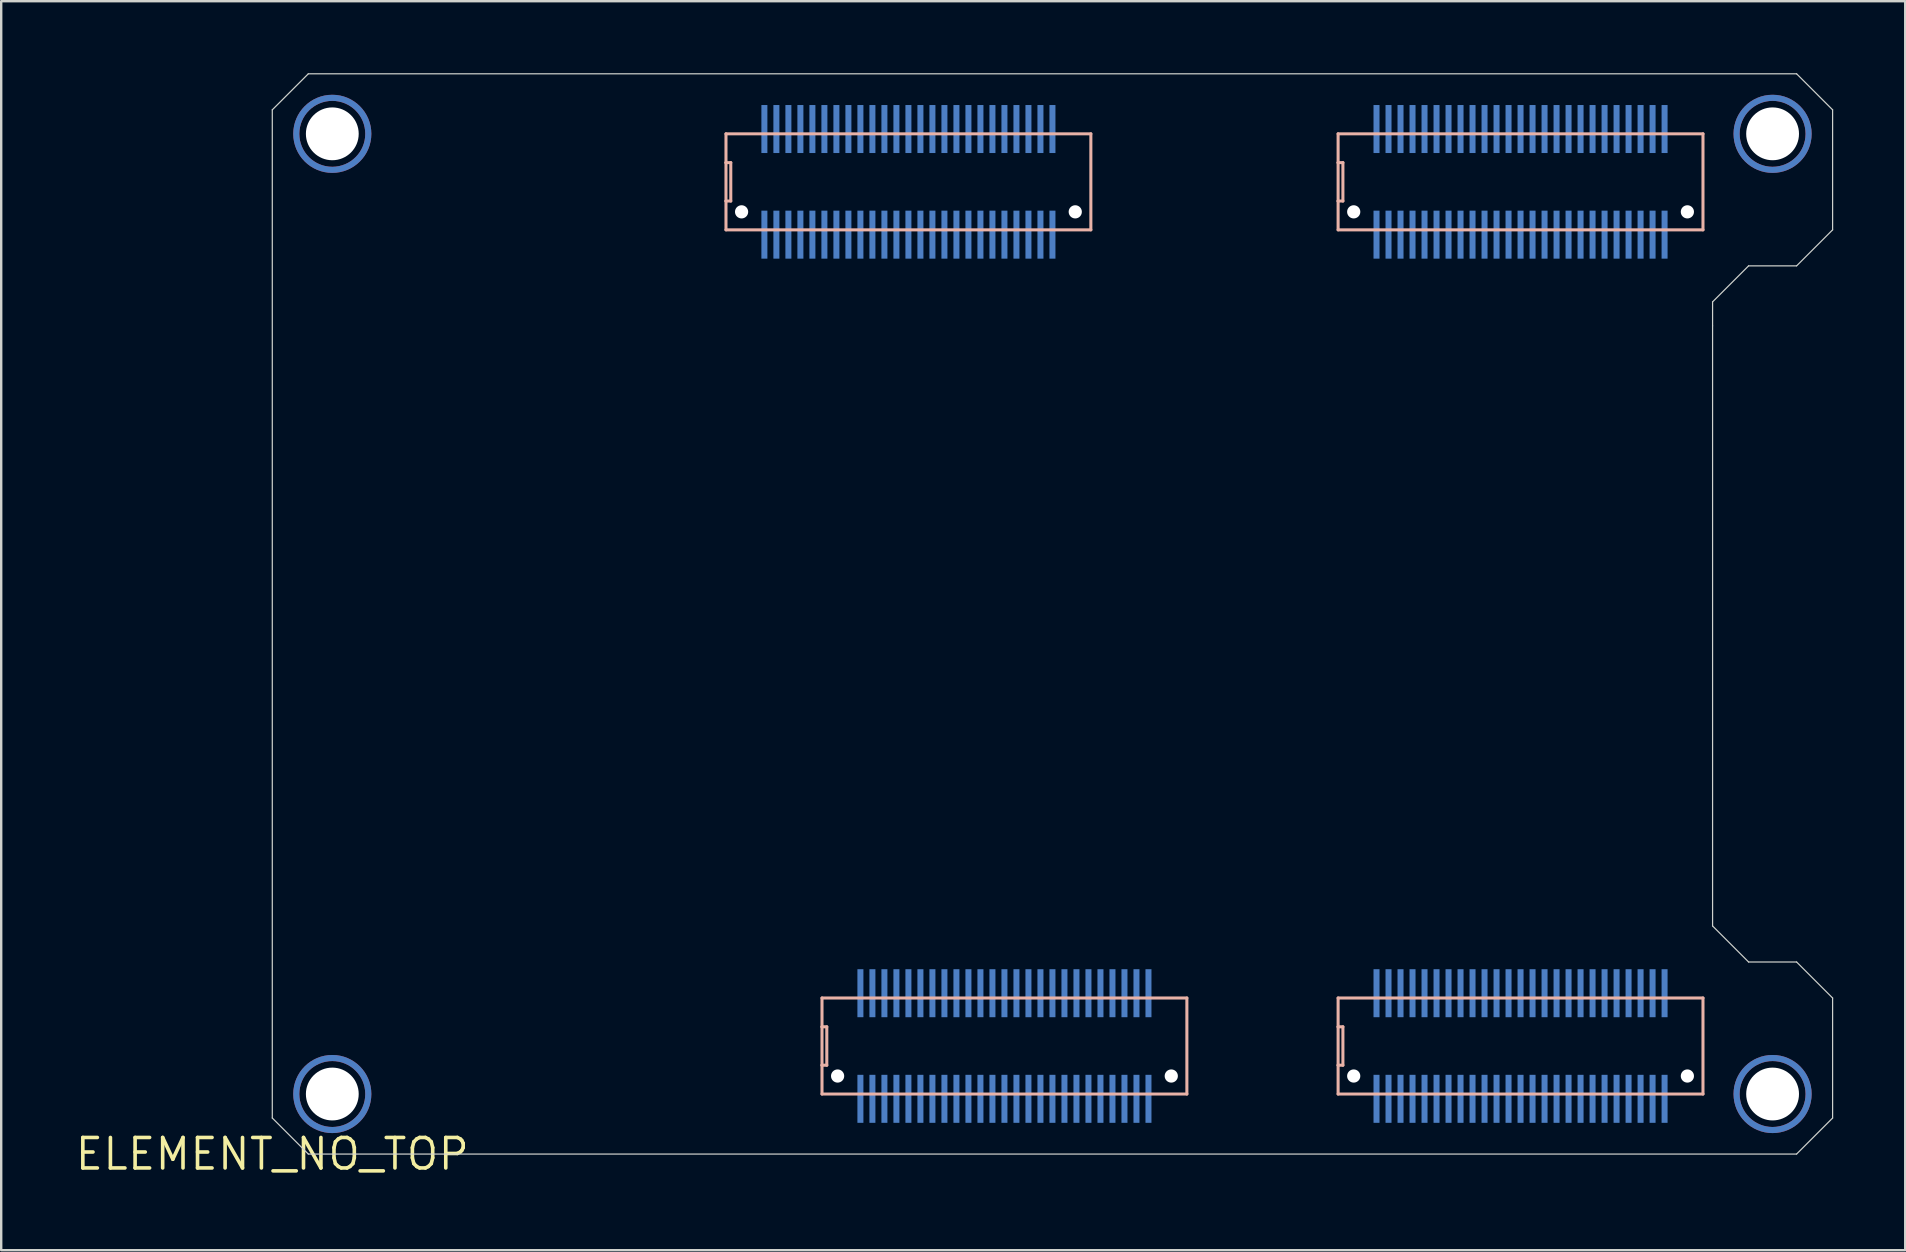
<source format=kicad_pcb>
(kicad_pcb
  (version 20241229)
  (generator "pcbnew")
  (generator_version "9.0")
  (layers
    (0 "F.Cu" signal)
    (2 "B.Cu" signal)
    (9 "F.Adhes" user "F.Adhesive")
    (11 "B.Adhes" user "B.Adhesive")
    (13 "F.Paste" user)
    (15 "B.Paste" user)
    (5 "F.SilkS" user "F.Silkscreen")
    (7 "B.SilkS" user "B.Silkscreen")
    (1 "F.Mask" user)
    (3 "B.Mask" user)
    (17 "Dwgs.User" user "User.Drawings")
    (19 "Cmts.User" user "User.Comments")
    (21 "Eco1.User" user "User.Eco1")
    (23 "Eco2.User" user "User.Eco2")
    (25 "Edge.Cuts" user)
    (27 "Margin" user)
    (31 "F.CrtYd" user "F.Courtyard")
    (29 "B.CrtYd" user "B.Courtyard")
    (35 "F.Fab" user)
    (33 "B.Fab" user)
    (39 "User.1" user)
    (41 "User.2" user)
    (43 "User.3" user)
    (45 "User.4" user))
  (footprint "ELEMENT_NO_TOP"
    (layer "F.Cu")
    (at 8.293 45.025)
    (property "Reference" "ELEMENT_NO_TOP" (at 0 0 0) (layer "F.SilkS") (effects (font (size 1.27 1.27) (thickness 0.15))))
    (attr through_hole)
    (fp_circle (center 2.5 -42.5) (end 4 -42.5) (stroke (width 0.254) (type solid)) (fill no) (layer "F.Cu"))
    (fp_circle (center 2.5 -2.5) (end 4 -2.5) (stroke (width 0.254) (type solid)) (fill no) (layer "F.Cu"))
    (fp_circle (center 62.5 -42.5) (end 64 -42.5) (stroke (width 0.254) (type solid)) (fill no) (layer "F.Cu"))
    (fp_circle (center 62.5 -2.5) (end 64 -2.5) (stroke (width 0.254) (type solid)) (fill no) (layer "F.Cu"))
    (fp_circle (center 2.5 -42.5) (end 4 -42.5) (stroke (width 0.254) (type solid)) (fill no) (layer "F.Mask"))
    (fp_circle (center 2.5 -2.5) (end 4 -2.5) (stroke (width 0.254) (type solid)) (fill no) (layer "F.Mask"))
    (fp_circle (center 62.5 -42.5) (end 64 -42.5) (stroke (width 0.254) (type solid)) (fill no) (layer "F.Mask"))
    (fp_circle (center 62.5 -2.5) (end 64 -2.5) (stroke (width 0.254) (type solid)) (fill no) (layer "F.Mask"))
    (fp_circle (center 2.5 -42.5) (end 4 -42.5) (stroke (width 0.254) (type solid)) (fill no) (layer "B.Cu"))
    (fp_circle (center 2.5 -2.5) (end 4 -2.5) (stroke (width 0.254) (type solid)) (fill no) (layer "B.Cu"))
    (fp_circle (center 62.5 -42.5) (end 64 -42.5) (stroke (width 0.254) (type solid)) (fill no) (layer "B.Cu"))
    (fp_circle (center 62.5 -2.5) (end 64 -2.5) (stroke (width 0.254) (type solid)) (fill no) (layer "B.Cu"))
    (fp_circle (center 2.5 -42.5) (end 4 -42.5) (stroke (width 0.254) (type solid)) (fill no) (layer "B.Mask"))
    (fp_circle (center 2.5 -2.5) (end 4 -2.5) (stroke (width 0.254) (type solid)) (fill no) (layer "B.Mask"))
    (fp_circle (center 62.5 -42.5) (end 64 -42.5) (stroke (width 0.254) (type solid)) (fill no) (layer "B.Mask"))
    (fp_circle (center 62.5 -2.5) (end 64 -2.5) (stroke (width 0.254) (type solid)) (fill no) (layer "B.Mask"))
    (fp_line (start 18.9 -42.5) (end 18.9 -41.3) (stroke (width 0.127) (type solid)) (layer "B.SilkS"))
    (fp_line (start 18.9 -41.3) (end 18.9 -39.7) (stroke (width 0.127) (type solid)) (layer "B.SilkS"))
    (fp_line (start 18.9 -41.3) (end 19.1 -41.3) (stroke (width 0.127) (type solid)) (layer "B.SilkS"))
    (fp_line (start 18.9 -39.7) (end 18.9 -38.5) (stroke (width 0.127) (type solid)) (layer "B.SilkS"))
    (fp_line (start 18.9 -38.5) (end 34.1 -38.5) (stroke (width 0.127) (type solid)) (layer "B.SilkS"))
    (fp_line (start 19.1 -41.3) (end 19.1 -39.7) (stroke (width 0.127) (type solid)) (layer "B.SilkS"))
    (fp_line (start 19.1 -39.7) (end 18.9 -39.7) (stroke (width 0.127) (type solid)) (layer "B.SilkS"))
    (fp_line (start 22.9 -6.5) (end 22.9 -5.3) (stroke (width 0.127) (type solid)) (layer "B.SilkS"))
    (fp_line (start 22.9 -5.3) (end 22.9 -3.7) (stroke (width 0.127) (type solid)) (layer "B.SilkS"))
    (fp_line (start 22.9 -5.3) (end 23.1 -5.3) (stroke (width 0.127) (type solid)) (layer "B.SilkS"))
    (fp_line (start 22.9 -3.7) (end 22.9 -2.5) (stroke (width 0.127) (type solid)) (layer "B.SilkS"))
    (fp_line (start 22.9 -2.5) (end 38.1 -2.5) (stroke (width 0.127) (type solid)) (layer "B.SilkS"))
    (fp_line (start 23.1 -5.3) (end 23.1 -3.7) (stroke (width 0.127) (type solid)) (layer "B.SilkS"))
    (fp_line (start 23.1 -3.7) (end 22.9 -3.7) (stroke (width 0.127) (type solid)) (layer "B.SilkS"))
    (fp_line (start 34.1 -42.5) (end 18.9 -42.5) (stroke (width 0.127) (type solid)) (layer "B.SilkS"))
    (fp_line (start 34.1 -38.5) (end 34.1 -42.5) (stroke (width 0.127) (type solid)) (layer "B.SilkS"))
    (fp_line (start 38.1 -6.5) (end 22.9 -6.5) (stroke (width 0.127) (type solid)) (layer "B.SilkS"))
    (fp_line (start 38.1 -2.5) (end 38.1 -6.5) (stroke (width 0.127) (type solid)) (layer "B.SilkS"))
    (fp_line (start 44.4 -42.5) (end 44.4 -41.3) (stroke (width 0.127) (type solid)) (layer "B.SilkS"))
    (fp_line (start 44.4 -41.3) (end 44.4 -39.7) (stroke (width 0.127) (type solid)) (layer "B.SilkS"))
    (fp_line (start 44.4 -41.3) (end 44.6 -41.3) (stroke (width 0.127) (type solid)) (layer "B.SilkS"))
    (fp_line (start 44.4 -39.7) (end 44.4 -38.5) (stroke (width 0.127) (type solid)) (layer "B.SilkS"))
    (fp_line (start 44.4 -38.5) (end 59.6 -38.5) (stroke (width 0.127) (type solid)) (layer "B.SilkS"))
    (fp_line (start 44.4 -6.5) (end 44.4 -5.3) (stroke (width 0.127) (type solid)) (layer "B.SilkS"))
    (fp_line (start 44.4 -5.3) (end 44.4 -3.7) (stroke (width 0.127) (type solid)) (layer "B.SilkS"))
    (fp_line (start 44.4 -5.3) (end 44.6 -5.3) (stroke (width 0.127) (type solid)) (layer "B.SilkS"))
    (fp_line (start 44.4 -3.7) (end 44.4 -2.5) (stroke (width 0.127) (type solid)) (layer "B.SilkS"))
    (fp_line (start 44.4 -2.5) (end 59.6 -2.5) (stroke (width 0.127) (type solid)) (layer "B.SilkS"))
    (fp_line (start 44.6 -41.3) (end 44.6 -39.7) (stroke (width 0.127) (type solid)) (layer "B.SilkS"))
    (fp_line (start 44.6 -39.7) (end 44.4 -39.7) (stroke (width 0.127) (type solid)) (layer "B.SilkS"))
    (fp_line (start 44.6 -5.3) (end 44.6 -3.7) (stroke (width 0.127) (type solid)) (layer "B.SilkS"))
    (fp_line (start 44.6 -3.7) (end 44.4 -3.7) (stroke (width 0.127) (type solid)) (layer "B.SilkS"))
    (fp_line (start 59.6 -42.5) (end 44.4 -42.5) (stroke (width 0.127) (type solid)) (layer "B.SilkS"))
    (fp_line (start 59.6 -38.5) (end 59.6 -42.5) (stroke (width 0.127) (type solid)) (layer "B.SilkS"))
    (fp_line (start 59.6 -6.5) (end 44.4 -6.5) (stroke (width 0.127) (type solid)) (layer "B.SilkS"))
    (fp_line (start 59.6 -2.5) (end 59.6 -6.5) (stroke (width 0.127) (type solid)) (layer "B.SilkS"))
    (fp_line (start 0 -43.5) (end 0 -1.5) (stroke (width 0.05) (type solid)) (layer "Edge.Cuts"))
    (fp_line (start 0 -1.5) (end 1.5 0) (stroke (width 0.05) (type solid)) (layer "Edge.Cuts"))
    (fp_line (start 1.5 -45) (end 0 -43.5) (stroke (width 0.05) (type solid)) (layer "Edge.Cuts"))
    (fp_line (start 1.5 0) (end 63.5 0) (stroke (width 0.05) (type solid)) (layer "Edge.Cuts"))
    (fp_line (start 60 -35.5) (end 61.5 -37) (stroke (width 0.05) (type solid)) (layer "Edge.Cuts"))
    (fp_line (start 60 -34.5) (end 60 -35.5) (stroke (width 0.05) (type solid)) (layer "Edge.Cuts"))
    (fp_line (start 60 -9.5) (end 60 -34.5) (stroke (width 0.05) (type solid)) (layer "Edge.Cuts"))
    (fp_line (start 61.5 -37) (end 63.5 -37) (stroke (width 0.05) (type solid)) (layer "Edge.Cuts"))
    (fp_line (start 61.5 -8) (end 60 -9.5) (stroke (width 0.05) (type solid)) (layer "Edge.Cuts"))
    (fp_line (start 63.5 -45) (end 1.5 -45) (stroke (width 0.05) (type solid)) (layer "Edge.Cuts"))
    (fp_line (start 63.5 -37) (end 65 -38.5) (stroke (width 0.05) (type solid)) (layer "Edge.Cuts"))
    (fp_line (start 63.5 -8) (end 61.5 -8) (stroke (width 0.05) (type solid)) (layer "Edge.Cuts"))
    (fp_line (start 63.5 0) (end 65 -1.5) (stroke (width 0.05) (type solid)) (layer "Edge.Cuts"))
    (fp_line (start 65 -43.5) (end 63.5 -45) (stroke (width 0.05) (type solid)) (layer "Edge.Cuts"))
    (fp_line (start 65 -38.5) (end 65 -43.5) (stroke (width 0.05) (type solid)) (layer "Edge.Cuts"))
    (fp_line (start 65 -6.5) (end 63.5 -8) (stroke (width 0.05) (type solid)) (layer "Edge.Cuts"))
    (fp_line (start 65 -1.5) (end 65 -6.5) (stroke (width 0.05) (type solid)) (layer "Edge.Cuts"))
    (pad "" np_thru_hole circle (at 2.5 -42.5) (size 2.2 2.2) (drill 2.2) (layers "*.Cu" "*.Mask"))
    (pad "" np_thru_hole circle (at 2.5 -2.5) (size 2.2 2.2) (drill 2.2) (layers "*.Cu" "*.Mask"))
    (pad "" np_thru_hole circle (at 19.55 -39.25) (size 0.55 0.55) (drill 0.55) (layers "*.Cu" "*.Mask"))
    (pad "" np_thru_hole circle (at 23.55 -3.25) (size 0.55 0.55) (drill 0.55) (layers "*.Cu" "*.Mask"))
    (pad "" np_thru_hole circle (at 33.45 -39.25) (size 0.55 0.55) (drill 0.55) (layers "*.Cu" "*.Mask"))
    (pad "" np_thru_hole circle (at 37.45 -3.25) (size 0.55 0.55) (drill 0.55) (layers "*.Cu" "*.Mask"))
    (pad "" np_thru_hole circle (at 45.05 -39.25) (size 0.55 0.55) (drill 0.55) (layers "*.Cu" "*.Mask"))
    (pad "" np_thru_hole circle (at 45.05 -3.25) (size 0.55 0.55) (drill 0.55) (layers "*.Cu" "*.Mask"))
    (pad "" np_thru_hole circle (at 58.95 -39.25) (size 0.55 0.55) (drill 0.55) (layers "*.Cu" "*.Mask"))
    (pad "" np_thru_hole circle (at 58.95 -3.25) (size 0.55 0.55) (drill 0.55) (layers "*.Cu" "*.Mask"))
    (pad "" np_thru_hole circle (at 62.5 -42.5) (size 2.2 2.2) (drill 2.2) (layers "*.Cu" "*.Mask"))
    (pad "" np_thru_hole circle (at 62.5 -2.5) (size 2.2 2.2) (drill 2.2) (layers "*.Cu" "*.Mask"))
    (pad "AB_1" smd rect (at 20.5 -38.3 90) (size 2 0.25) (layers "B.Cu" "B.Mask" "B.Paste"))
    (pad "AB_2" smd rect (at 21 -38.3 90) (size 2 0.25) (layers "B.Cu" "B.Mask" "B.Paste"))
    (pad "AB_3" smd rect (at 21.5 -38.3 90) (size 2 0.25) (layers "B.Cu" "B.Mask" "B.Paste"))
    (pad "AB_4" smd rect (at 22 -38.3 90) (size 2 0.25) (layers "B.Cu" "B.Mask" "B.Paste"))
    (pad "AB_5" smd rect (at 22.5 -38.3 90) (size 2 0.25) (layers "B.Cu" "B.Mask" "B.Paste"))
    (pad "AB_6" smd rect (at 23 -38.3 90) (size 2 0.25) (layers "B.Cu" "B.Mask" "B.Paste"))
    (pad "AB_7" smd rect (at 23.5 -38.3 90) (size 2 0.25) (layers "B.Cu" "B.Mask" "B.Paste"))
    (pad "AB_8" smd rect (at 24 -38.3 90) (size 2 0.25) (layers "B.Cu" "B.Mask" "B.Paste"))
    (pad "AB_9" smd rect (at 24.5 -38.3 90) (size 2 0.25) (layers "B.Cu" "B.Mask" "B.Paste"))
    (pad "AB_10" smd rect (at 25 -38.3 90) (size 2 0.25) (layers "B.Cu" "B.Mask" "B.Paste"))
    (pad "AB_11" smd rect (at 25.5 -38.3 90) (size 2 0.25) (layers "B.Cu" "B.Mask" "B.Paste"))
    (pad "AB_12" smd rect (at 26 -38.3 90) (size 2 0.25) (layers "B.Cu" "B.Mask" "B.Paste"))
    (pad "AB_13" smd rect (at 26.5 -38.3 90) (size 2 0.25) (layers "B.Cu" "B.Mask" "B.Paste"))
    (pad "AB_14" smd rect (at 27 -38.3 90) (size 2 0.25) (layers "B.Cu" "B.Mask" "B.Paste"))
    (pad "AB_15" smd rect (at 27.5 -38.3 90) (size 2 0.25) (layers "B.Cu" "B.Mask" "B.Paste"))
    (pad "AB_16" smd rect (at 28 -38.3 90) (size 2 0.25) (layers "B.Cu" "B.Mask" "B.Paste"))
    (pad "AB_17" smd rect (at 28.5 -38.3 90) (size 2 0.25) (layers "B.Cu" "B.Mask" "B.Paste"))
    (pad "AB_18" smd rect (at 29 -38.3 90) (size 2 0.25) (layers "B.Cu" "B.Mask" "B.Paste"))
    (pad "AB_19" smd rect (at 29.5 -38.3 90) (size 2 0.25) (layers "B.Cu" "B.Mask" "B.Paste"))
    (pad "AB_20" smd rect (at 30 -38.3 90) (size 2 0.25) (layers "B.Cu" "B.Mask" "B.Paste"))
    (pad "AB_21" smd rect (at 30.5 -38.3 90) (size 2 0.25) (layers "B.Cu" "B.Mask" "B.Paste"))
    (pad "AB_22" smd rect (at 31 -38.3 90) (size 2 0.25) (layers "B.Cu" "B.Mask" "B.Paste"))
    (pad "AB_23" smd rect (at 31.5 -38.3 90) (size 2 0.25) (layers "B.Cu" "B.Mask" "B.Paste"))
    (pad "AB_24" smd rect (at 32 -38.3 90) (size 2 0.25) (layers "B.Cu" "B.Mask" "B.Paste"))
    (pad "AB_25" smd rect (at 32.5 -38.3 90) (size 2 0.25) (layers "B.Cu" "B.Mask" "B.Paste"))
    (pad "AB_26" smd rect (at 32.5 -42.7 90) (size 2 0.25) (layers "B.Cu" "B.Mask" "B.Paste"))
    (pad "AB_27" smd rect (at 32 -42.7 90) (size 2 0.25) (layers "B.Cu" "B.Mask" "B.Paste"))
    (pad "AB_28" smd rect (at 31.5 -42.7 90) (size 2 0.25) (layers "B.Cu" "B.Mask" "B.Paste"))
    (pad "AB_29" smd rect (at 31 -42.7 90) (size 2 0.25) (layers "B.Cu" "B.Mask" "B.Paste"))
    (pad "AB_30" smd rect (at 30.5 -42.7 90) (size 2 0.25) (layers "B.Cu" "B.Mask" "B.Paste"))
    (pad "AB_31" smd rect (at 30 -42.7 90) (size 2 0.25) (layers "B.Cu" "B.Mask" "B.Paste"))
    (pad "AB_32" smd rect (at 29.5 -42.7 90) (size 2 0.25) (layers "B.Cu" "B.Mask" "B.Paste"))
    (pad "AB_33" smd rect (at 29 -42.7 90) (size 2 0.25) (layers "B.Cu" "B.Mask" "B.Paste"))
    (pad "AB_34" smd rect (at 28.5 -42.7 90) (size 2 0.25) (layers "B.Cu" "B.Mask" "B.Paste"))
    (pad "AB_35" smd rect (at 28 -42.7 90) (size 2 0.25) (layers "B.Cu" "B.Mask" "B.Paste"))
    (pad "AB_36" smd rect (at 27.5 -42.7 90) (size 2 0.25) (layers "B.Cu" "B.Mask" "B.Paste"))
    (pad "AB_37" smd rect (at 27 -42.7 90) (size 2 0.25) (layers "B.Cu" "B.Mask" "B.Paste"))
    (pad "AB_38" smd rect (at 26.5 -42.7 90) (size 2 0.25) (layers "B.Cu" "B.Mask" "B.Paste"))
    (pad "AB_39" smd rect (at 26 -42.7 90) (size 2 0.25) (layers "B.Cu" "B.Mask" "B.Paste"))
    (pad "AB_40" smd rect (at 25.5 -42.7 90) (size 2 0.25) (layers "B.Cu" "B.Mask" "B.Paste"))
    (pad "AB_41" smd rect (at 25 -42.7 90) (size 2 0.25) (layers "B.Cu" "B.Mask" "B.Paste"))
    (pad "AB_42" smd rect (at 24.5 -42.7 90) (size 2 0.25) (layers "B.Cu" "B.Mask" "B.Paste"))
    (pad "AB_43" smd rect (at 24 -42.7 90) (size 2 0.25) (layers "B.Cu" "B.Mask" "B.Paste"))
    (pad "AB_44" smd rect (at 23.5 -42.7 90) (size 2 0.25) (layers "B.Cu" "B.Mask" "B.Paste"))
    (pad "AB_45" smd rect (at 23 -42.7 90) (size 2 0.25) (layers "B.Cu" "B.Mask" "B.Paste"))
    (pad "AB_46" smd rect (at 22.5 -42.7 90) (size 2 0.25) (layers "B.Cu" "B.Mask" "B.Paste"))
    (pad "AB_47" smd rect (at 22 -42.7 90) (size 2 0.25) (layers "B.Cu" "B.Mask" "B.Paste"))
    (pad "AB_48" smd rect (at 21.5 -42.7 90) (size 2 0.25) (layers "B.Cu" "B.Mask" "B.Paste"))
    (pad "AB_49" smd rect (at 21 -42.7 90) (size 2 0.25) (layers "B.Cu" "B.Mask" "B.Paste"))
    (pad "AB_50" smd rect (at 20.5 -42.7 90) (size 2 0.25) (layers "B.Cu" "B.Mask" "B.Paste"))
    (pad "BB_1" smd rect (at 46 -38.3 90) (size 2 0.25) (layers "B.Cu" "B.Mask" "B.Paste"))
    (pad "BB_2" smd rect (at 46.5 -38.3 90) (size 2 0.25) (layers "B.Cu" "B.Mask" "B.Paste"))
    (pad "BB_3" smd rect (at 47 -38.3 90) (size 2 0.25) (layers "B.Cu" "B.Mask" "B.Paste"))
    (pad "BB_4" smd rect (at 47.5 -38.3 90) (size 2 0.25) (layers "B.Cu" "B.Mask" "B.Paste"))
    (pad "BB_5" smd rect (at 48 -38.3 90) (size 2 0.25) (layers "B.Cu" "B.Mask" "B.Paste"))
    (pad "BB_6" smd rect (at 48.5 -38.3 90) (size 2 0.25) (layers "B.Cu" "B.Mask" "B.Paste"))
    (pad "BB_7" smd rect (at 49 -38.3 90) (size 2 0.25) (layers "B.Cu" "B.Mask" "B.Paste"))
    (pad "BB_8" smd rect (at 49.5 -38.3 90) (size 2 0.25) (layers "B.Cu" "B.Mask" "B.Paste"))
    (pad "BB_9" smd rect (at 50 -38.3 90) (size 2 0.25) (layers "B.Cu" "B.Mask" "B.Paste"))
    (pad "BB_10" smd rect (at 50.5 -38.3 90) (size 2 0.25) (layers "B.Cu" "B.Mask" "B.Paste"))
    (pad "BB_11" smd rect (at 51 -38.3 90) (size 2 0.25) (layers "B.Cu" "B.Mask" "B.Paste"))
    (pad "BB_12" smd rect (at 51.5 -38.3 90) (size 2 0.25) (layers "B.Cu" "B.Mask" "B.Paste"))
    (pad "BB_13" smd rect (at 52 -38.3 90) (size 2 0.25) (layers "B.Cu" "B.Mask" "B.Paste"))
    (pad "BB_14" smd rect (at 52.5 -38.3 90) (size 2 0.25) (layers "B.Cu" "B.Mask" "B.Paste"))
    (pad "BB_15" smd rect (at 53 -38.3 90) (size 2 0.25) (layers "B.Cu" "B.Mask" "B.Paste"))
    (pad "BB_16" smd rect (at 53.5 -38.3 90) (size 2 0.25) (layers "B.Cu" "B.Mask" "B.Paste"))
    (pad "BB_17" smd rect (at 54 -38.3 90) (size 2 0.25) (layers "B.Cu" "B.Mask" "B.Paste"))
    (pad "BB_18" smd rect (at 54.5 -38.3 90) (size 2 0.25) (layers "B.Cu" "B.Mask" "B.Paste"))
    (pad "BB_19" smd rect (at 55 -38.3 90) (size 2 0.25) (layers "B.Cu" "B.Mask" "B.Paste"))
    (pad "BB_20" smd rect (at 55.5 -38.3 90) (size 2 0.25) (layers "B.Cu" "B.Mask" "B.Paste"))
    (pad "BB_21" smd rect (at 56 -38.3 90) (size 2 0.25) (layers "B.Cu" "B.Mask" "B.Paste"))
    (pad "BB_22" smd rect (at 56.5 -38.3 90) (size 2 0.25) (layers "B.Cu" "B.Mask" "B.Paste"))
    (pad "BB_23" smd rect (at 57 -38.3 90) (size 2 0.25) (layers "B.Cu" "B.Mask" "B.Paste"))
    (pad "BB_24" smd rect (at 57.5 -38.3 90) (size 2 0.25) (layers "B.Cu" "B.Mask" "B.Paste"))
    (pad "BB_25" smd rect (at 58 -38.3 90) (size 2 0.25) (layers "B.Cu" "B.Mask" "B.Paste"))
    (pad "BB_26" smd rect (at 58 -42.7 90) (size 2 0.25) (layers "B.Cu" "B.Mask" "B.Paste"))
    (pad "BB_27" smd rect (at 57.5 -42.7 90) (size 2 0.25) (layers "B.Cu" "B.Mask" "B.Paste"))
    (pad "BB_28" smd rect (at 57 -42.7 90) (size 2 0.25) (layers "B.Cu" "B.Mask" "B.Paste"))
    (pad "BB_29" smd rect (at 56.5 -42.7 90) (size 2 0.25) (layers "B.Cu" "B.Mask" "B.Paste"))
    (pad "BB_30" smd rect (at 56 -42.7 90) (size 2 0.25) (layers "B.Cu" "B.Mask" "B.Paste"))
    (pad "BB_31" smd rect (at 55.5 -42.7 90) (size 2 0.25) (layers "B.Cu" "B.Mask" "B.Paste"))
    (pad "BB_32" smd rect (at 55 -42.7 90) (size 2 0.25) (layers "B.Cu" "B.Mask" "B.Paste"))
    (pad "BB_33" smd rect (at 54.5 -42.7 90) (size 2 0.25) (layers "B.Cu" "B.Mask" "B.Paste"))
    (pad "BB_34" smd rect (at 54 -42.7 90) (size 2 0.25) (layers "B.Cu" "B.Mask" "B.Paste"))
    (pad "BB_35" smd rect (at 53.5 -42.7 90) (size 2 0.25) (layers "B.Cu" "B.Mask" "B.Paste"))
    (pad "BB_36" smd rect (at 53 -42.7 90) (size 2 0.25) (layers "B.Cu" "B.Mask" "B.Paste"))
    (pad "BB_37" smd rect (at 52.5 -42.7 90) (size 2 0.25) (layers "B.Cu" "B.Mask" "B.Paste"))
    (pad "BB_38" smd rect (at 52 -42.7 90) (size 2 0.25) (layers "B.Cu" "B.Mask" "B.Paste"))
    (pad "BB_39" smd rect (at 51.5 -42.7 90) (size 2 0.25) (layers "B.Cu" "B.Mask" "B.Paste"))
    (pad "BB_40" smd rect (at 51 -42.7 90) (size 2 0.25) (layers "B.Cu" "B.Mask" "B.Paste"))
    (pad "BB_41" smd rect (at 50.5 -42.7 90) (size 2 0.25) (layers "B.Cu" "B.Mask" "B.Paste"))
    (pad "BB_42" smd rect (at 50 -42.7 90) (size 2 0.25) (layers "B.Cu" "B.Mask" "B.Paste"))
    (pad "BB_43" smd rect (at 49.5 -42.7 90) (size 2 0.25) (layers "B.Cu" "B.Mask" "B.Paste"))
    (pad "BB_44" smd rect (at 49 -42.7 90) (size 2 0.25) (layers "B.Cu" "B.Mask" "B.Paste"))
    (pad "BB_45" smd rect (at 48.5 -42.7 90) (size 2 0.25) (layers "B.Cu" "B.Mask" "B.Paste"))
    (pad "BB_46" smd rect (at 48 -42.7 90) (size 2 0.25) (layers "B.Cu" "B.Mask" "B.Paste"))
    (pad "BB_47" smd rect (at 47.5 -42.7 90) (size 2 0.25) (layers "B.Cu" "B.Mask" "B.Paste"))
    (pad "BB_48" smd rect (at 47 -42.7 90) (size 2 0.25) (layers "B.Cu" "B.Mask" "B.Paste"))
    (pad "BB_49" smd rect (at 46.5 -42.7 90) (size 2 0.25) (layers "B.Cu" "B.Mask" "B.Paste"))
    (pad "BB_50" smd rect (at 46 -42.7 90) (size 2 0.25) (layers "B.Cu" "B.Mask" "B.Paste"))
    (pad "CB_1" smd rect (at 24.5 -2.3 90) (size 2 0.25) (layers "B.Cu" "B.Mask" "B.Paste"))
    (pad "CB_2" smd rect (at 25 -2.3 90) (size 2 0.25) (layers "B.Cu" "B.Mask" "B.Paste"))
    (pad "CB_3" smd rect (at 25.5 -2.3 90) (size 2 0.25) (layers "B.Cu" "B.Mask" "B.Paste"))
    (pad "CB_4" smd rect (at 26 -2.3 90) (size 2 0.25) (layers "B.Cu" "B.Mask" "B.Paste"))
    (pad "CB_5" smd rect (at 26.5 -2.3 90) (size 2 0.25) (layers "B.Cu" "B.Mask" "B.Paste"))
    (pad "CB_6" smd rect (at 27 -2.3 90) (size 2 0.25) (layers "B.Cu" "B.Mask" "B.Paste"))
    (pad "CB_7" smd rect (at 27.5 -2.3 90) (size 2 0.25) (layers "B.Cu" "B.Mask" "B.Paste"))
    (pad "CB_8" smd rect (at 28 -2.3 90) (size 2 0.25) (layers "B.Cu" "B.Mask" "B.Paste"))
    (pad "CB_9" smd rect (at 28.5 -2.3 90) (size 2 0.25) (layers "B.Cu" "B.Mask" "B.Paste"))
    (pad "CB_10" smd rect (at 29 -2.3 90) (size 2 0.25) (layers "B.Cu" "B.Mask" "B.Paste"))
    (pad "CB_11" smd rect (at 29.5 -2.3 90) (size 2 0.25) (layers "B.Cu" "B.Mask" "B.Paste"))
    (pad "CB_12" smd rect (at 30 -2.3 90) (size 2 0.25) (layers "B.Cu" "B.Mask" "B.Paste"))
    (pad "CB_13" smd rect (at 30.5 -2.3 90) (size 2 0.25) (layers "B.Cu" "B.Mask" "B.Paste"))
    (pad "CB_14" smd rect (at 31 -2.3 90) (size 2 0.25) (layers "B.Cu" "B.Mask" "B.Paste"))
    (pad "CB_15" smd rect (at 31.5 -2.3 90) (size 2 0.25) (layers "B.Cu" "B.Mask" "B.Paste"))
    (pad "CB_16" smd rect (at 32 -2.3 90) (size 2 0.25) (layers "B.Cu" "B.Mask" "B.Paste"))
    (pad "CB_17" smd rect (at 32.5 -2.3 90) (size 2 0.25) (layers "B.Cu" "B.Mask" "B.Paste"))
    (pad "CB_18" smd rect (at 33 -2.3 90) (size 2 0.25) (layers "B.Cu" "B.Mask" "B.Paste"))
    (pad "CB_19" smd rect (at 33.5 -2.3 90) (size 2 0.25) (layers "B.Cu" "B.Mask" "B.Paste"))
    (pad "CB_20" smd rect (at 34 -2.3 90) (size 2 0.25) (layers "B.Cu" "B.Mask" "B.Paste"))
    (pad "CB_21" smd rect (at 34.5 -2.3 90) (size 2 0.25) (layers "B.Cu" "B.Mask" "B.Paste"))
    (pad "CB_22" smd rect (at 35 -2.3 90) (size 2 0.25) (layers "B.Cu" "B.Mask" "B.Paste"))
    (pad "CB_23" smd rect (at 35.5 -2.3 90) (size 2 0.25) (layers "B.Cu" "B.Mask" "B.Paste"))
    (pad "CB_24" smd rect (at 36 -2.3 90) (size 2 0.25) (layers "B.Cu" "B.Mask" "B.Paste"))
    (pad "CB_25" smd rect (at 36.5 -2.3 90) (size 2 0.25) (layers "B.Cu" "B.Mask" "B.Paste"))
    (pad "CB_26" smd rect (at 36.5 -6.7 90) (size 2 0.25) (layers "B.Cu" "B.Mask" "B.Paste"))
    (pad "CB_27" smd rect (at 36 -6.7 90) (size 2 0.25) (layers "B.Cu" "B.Mask" "B.Paste"))
    (pad "CB_28" smd rect (at 35.5 -6.7 90) (size 2 0.25) (layers "B.Cu" "B.Mask" "B.Paste"))
    (pad "CB_29" smd rect (at 35 -6.7 90) (size 2 0.25) (layers "B.Cu" "B.Mask" "B.Paste"))
    (pad "CB_30" smd rect (at 34.5 -6.7 90) (size 2 0.25) (layers "B.Cu" "B.Mask" "B.Paste"))
    (pad "CB_31" smd rect (at 34 -6.7 90) (size 2 0.25) (layers "B.Cu" "B.Mask" "B.Paste"))
    (pad "CB_32" smd rect (at 33.5 -6.7 90) (size 2 0.25) (layers "B.Cu" "B.Mask" "B.Paste"))
    (pad "CB_33" smd rect (at 33 -6.7 90) (size 2 0.25) (layers "B.Cu" "B.Mask" "B.Paste"))
    (pad "CB_34" smd rect (at 32.5 -6.7 90) (size 2 0.25) (layers "B.Cu" "B.Mask" "B.Paste"))
    (pad "CB_35" smd rect (at 32 -6.7 90) (size 2 0.25) (layers "B.Cu" "B.Mask" "B.Paste"))
    (pad "CB_36" smd rect (at 31.5 -6.7 90) (size 2 0.25) (layers "B.Cu" "B.Mask" "B.Paste"))
    (pad "CB_37" smd rect (at 31 -6.7 90) (size 2 0.25) (layers "B.Cu" "B.Mask" "B.Paste"))
    (pad "CB_38" smd rect (at 30.5 -6.7 90) (size 2 0.25) (layers "B.Cu" "B.Mask" "B.Paste"))
    (pad "CB_39" smd rect (at 30 -6.7 90) (size 2 0.25) (layers "B.Cu" "B.Mask" "B.Paste"))
    (pad "CB_40" smd rect (at 29.5 -6.7 90) (size 2 0.25) (layers "B.Cu" "B.Mask" "B.Paste"))
    (pad "CB_41" smd rect (at 29 -6.7 90) (size 2 0.25) (layers "B.Cu" "B.Mask" "B.Paste"))
    (pad "CB_42" smd rect (at 28.5 -6.7 90) (size 2 0.25) (layers "B.Cu" "B.Mask" "B.Paste"))
    (pad "CB_43" smd rect (at 28 -6.7 90) (size 2 0.25) (layers "B.Cu" "B.Mask" "B.Paste"))
    (pad "CB_44" smd rect (at 27.5 -6.7 90) (size 2 0.25) (layers "B.Cu" "B.Mask" "B.Paste"))
    (pad "CB_45" smd rect (at 27 -6.7 90) (size 2 0.25) (layers "B.Cu" "B.Mask" "B.Paste"))
    (pad "CB_46" smd rect (at 26.5 -6.7 90) (size 2 0.25) (layers "B.Cu" "B.Mask" "B.Paste"))
    (pad "CB_47" smd rect (at 26 -6.7 90) (size 2 0.25) (layers "B.Cu" "B.Mask" "B.Paste"))
    (pad "CB_48" smd rect (at 25.5 -6.7 90) (size 2 0.25) (layers "B.Cu" "B.Mask" "B.Paste"))
    (pad "CB_49" smd rect (at 25 -6.7 90) (size 2 0.25) (layers "B.Cu" "B.Mask" "B.Paste"))
    (pad "CB_50" smd rect (at 24.5 -6.7 90) (size 2 0.25) (layers "B.Cu" "B.Mask" "B.Paste"))
    (pad "DB_1" smd rect (at 46 -2.3 90) (size 2 0.25) (layers "B.Cu" "B.Mask" "B.Paste"))
    (pad "DB_2" smd rect (at 46.5 -2.3 90) (size 2 0.25) (layers "B.Cu" "B.Mask" "B.Paste"))
    (pad "DB_3" smd rect (at 47 -2.3 90) (size 2 0.25) (layers "B.Cu" "B.Mask" "B.Paste"))
    (pad "DB_4" smd rect (at 47.5 -2.3 90) (size 2 0.25) (layers "B.Cu" "B.Mask" "B.Paste"))
    (pad "DB_5" smd rect (at 48 -2.3 90) (size 2 0.25) (layers "B.Cu" "B.Mask" "B.Paste"))
    (pad "DB_6" smd rect (at 48.5 -2.3 90) (size 2 0.25) (layers "B.Cu" "B.Mask" "B.Paste"))
    (pad "DB_7" smd rect (at 49 -2.3 90) (size 2 0.25) (layers "B.Cu" "B.Mask" "B.Paste"))
    (pad "DB_8" smd rect (at 49.5 -2.3 90) (size 2 0.25) (layers "B.Cu" "B.Mask" "B.Paste"))
    (pad "DB_9" smd rect (at 50 -2.3 90) (size 2 0.25) (layers "B.Cu" "B.Mask" "B.Paste"))
    (pad "DB_10" smd rect (at 50.5 -2.3 90) (size 2 0.25) (layers "B.Cu" "B.Mask" "B.Paste"))
    (pad "DB_11" smd rect (at 51 -2.3 90) (size 2 0.25) (layers "B.Cu" "B.Mask" "B.Paste"))
    (pad "DB_12" smd rect (at 51.5 -2.3 90) (size 2 0.25) (layers "B.Cu" "B.Mask" "B.Paste"))
    (pad "DB_13" smd rect (at 52 -2.3 90) (size 2 0.25) (layers "B.Cu" "B.Mask" "B.Paste"))
    (pad "DB_14" smd rect (at 52.5 -2.3 90) (size 2 0.25) (layers "B.Cu" "B.Mask" "B.Paste"))
    (pad "DB_15" smd rect (at 53 -2.3 90) (size 2 0.25) (layers "B.Cu" "B.Mask" "B.Paste"))
    (pad "DB_16" smd rect (at 53.5 -2.3 90) (size 2 0.25) (layers "B.Cu" "B.Mask" "B.Paste"))
    (pad "DB_17" smd rect (at 54 -2.3 90) (size 2 0.25) (layers "B.Cu" "B.Mask" "B.Paste"))
    (pad "DB_18" smd rect (at 54.5 -2.3 90) (size 2 0.25) (layers "B.Cu" "B.Mask" "B.Paste"))
    (pad "DB_19" smd rect (at 55 -2.3 90) (size 2 0.25) (layers "B.Cu" "B.Mask" "B.Paste"))
    (pad "DB_20" smd rect (at 55.5 -2.3 90) (size 2 0.25) (layers "B.Cu" "B.Mask" "B.Paste"))
    (pad "DB_21" smd rect (at 56 -2.3 90) (size 2 0.25) (layers "B.Cu" "B.Mask" "B.Paste"))
    (pad "DB_22" smd rect (at 56.5 -2.3 90) (size 2 0.25) (layers "B.Cu" "B.Mask" "B.Paste"))
    (pad "DB_23" smd rect (at 57 -2.3 90) (size 2 0.25) (layers "B.Cu" "B.Mask" "B.Paste"))
    (pad "DB_24" smd rect (at 57.5 -2.3 90) (size 2 0.25) (layers "B.Cu" "B.Mask" "B.Paste"))
    (pad "DB_25" smd rect (at 58 -2.3 90) (size 2 0.25) (layers "B.Cu" "B.Mask" "B.Paste"))
    (pad "DB_26" smd rect (at 58 -6.7 90) (size 2 0.25) (layers "B.Cu" "B.Mask" "B.Paste"))
    (pad "DB_27" smd rect (at 57.5 -6.7 90) (size 2 0.25) (layers "B.Cu" "B.Mask" "B.Paste"))
    (pad "DB_28" smd rect (at 57 -6.7 90) (size 2 0.25) (layers "B.Cu" "B.Mask" "B.Paste"))
    (pad "DB_29" smd rect (at 56.5 -6.7 90) (size 2 0.25) (layers "B.Cu" "B.Mask" "B.Paste"))
    (pad "DB_30" smd rect (at 56 -6.7 90) (size 2 0.25) (layers "B.Cu" "B.Mask" "B.Paste"))
    (pad "DB_31" smd rect (at 55.5 -6.7 90) (size 2 0.25) (layers "B.Cu" "B.Mask" "B.Paste"))
    (pad "DB_32" smd rect (at 55 -6.7 90) (size 2 0.25) (layers "B.Cu" "B.Mask" "B.Paste"))
    (pad "DB_33" smd rect (at 54.5 -6.7 90) (size 2 0.25) (layers "B.Cu" "B.Mask" "B.Paste"))
    (pad "DB_34" smd rect (at 54 -6.7 90) (size 2 0.25) (layers "B.Cu" "B.Mask" "B.Paste"))
    (pad "DB_35" smd rect (at 53.5 -6.7 90) (size 2 0.25) (layers "B.Cu" "B.Mask" "B.Paste"))
    (pad "DB_36" smd rect (at 53 -6.7 90) (size 2 0.25) (layers "B.Cu" "B.Mask" "B.Paste"))
    (pad "DB_37" smd rect (at 52.5 -6.7 90) (size 2 0.25) (layers "B.Cu" "B.Mask" "B.Paste"))
    (pad "DB_38" smd rect (at 52 -6.7 90) (size 2 0.25) (layers "B.Cu" "B.Mask" "B.Paste"))
    (pad "DB_39" smd rect (at 51.5 -6.7 90) (size 2 0.25) (layers "B.Cu" "B.Mask" "B.Paste"))
    (pad "DB_40" smd rect (at 51 -6.7 90) (size 2 0.25) (layers "B.Cu" "B.Mask" "B.Paste"))
    (pad "DB_41" smd rect (at 50.5 -6.7 90) (size 2 0.25) (layers "B.Cu" "B.Mask" "B.Paste"))
    (pad "DB_42" smd rect (at 50 -6.7 90) (size 2 0.25) (layers "B.Cu" "B.Mask" "B.Paste"))
    (pad "DB_43" smd rect (at 49.5 -6.7 90) (size 2 0.25) (layers "B.Cu" "B.Mask" "B.Paste"))
    (pad "DB_44" smd rect (at 49 -6.7 90) (size 2 0.25) (layers "B.Cu" "B.Mask" "B.Paste"))
    (pad "DB_45" smd rect (at 48.5 -6.7 90) (size 2 0.25) (layers "B.Cu" "B.Mask" "B.Paste"))
    (pad "DB_46" smd rect (at 48 -6.7 90) (size 2 0.25) (layers "B.Cu" "B.Mask" "B.Paste"))
    (pad "DB_47" smd rect (at 47.5 -6.7 90) (size 2 0.25) (layers "B.Cu" "B.Mask" "B.Paste"))
    (pad "DB_48" smd rect (at 47 -6.7 90) (size 2 0.25) (layers "B.Cu" "B.Mask" "B.Paste"))
    (pad "DB_49" smd rect (at 46.5 -6.7 90) (size 2 0.25) (layers "B.Cu" "B.Mask" "B.Paste"))
    (pad "DB_50" smd rect (at 46 -6.7 90) (size 2 0.25) (layers "B.Cu" "B.Mask" "B.Paste")))
  (gr_rect
    (start -3 -3)
    (end 76.318 49.031)
    (stroke (width 0.1) (type default))
    (fill no)
    (layer "Edge.Cuts")))
</source>
